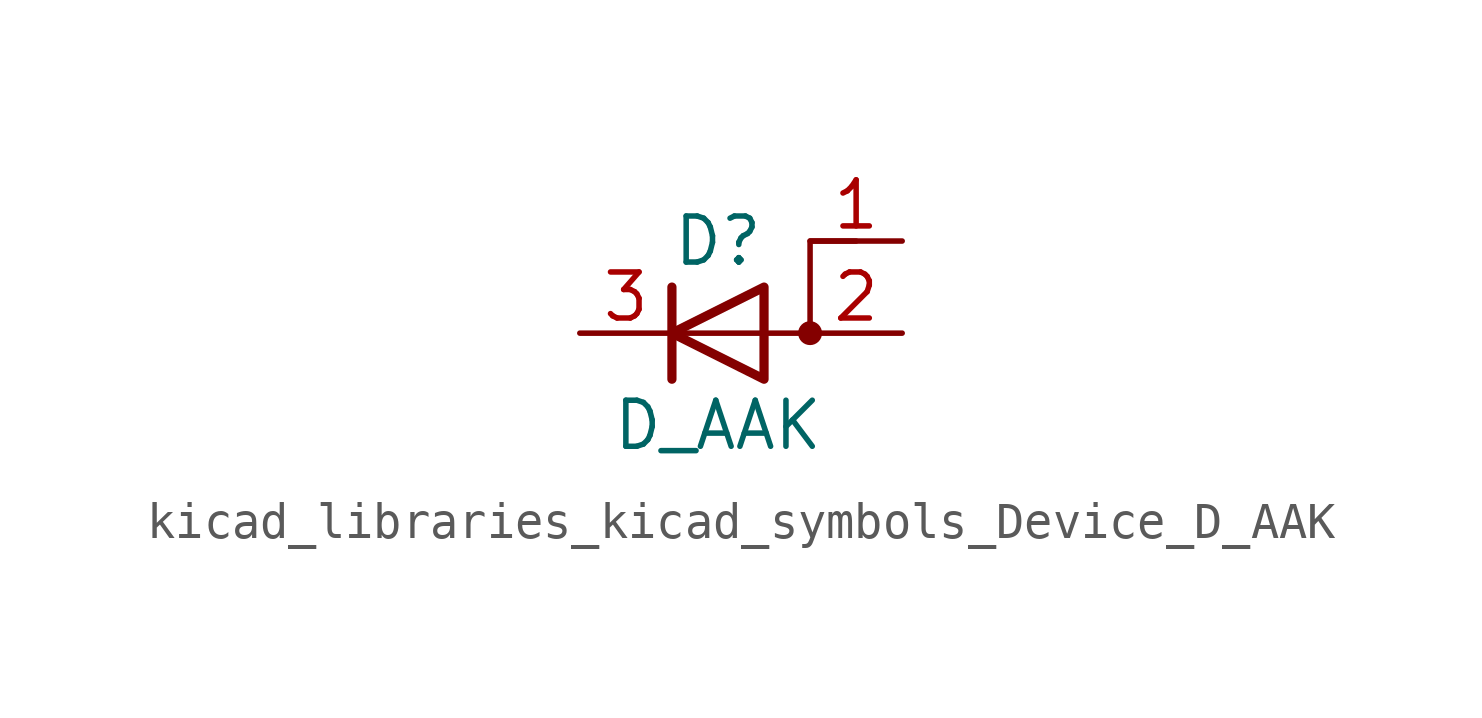
<source format=kicad_sym>
(kicad_symbol_lib
  (version 20220914)
  (generator kicad_symbol_editor)
  (symbol "kicad_libraries_kicad_symbols_Device_D_AAK"
    (pin_names
      (offset 0) hide)
    (property "Reference" "D"
      (at 0 2.54 0)
      (effects (font (size 1.27 1.27))))
    (property "Value" "D_AAK"
      (at 0 -2.54 0)
      (effects (font (size 1.27 1.27))))
    (symbol "kicad_libraries_kicad_symbols_Device_D_AAK_0_1"
      (polyline (pts (xy -1.27 1.27) (xy -1.27 -1.27)) (stroke (width 0.254) (type default)) (fill (type none)))
      (polyline (pts (xy 1.27 1.27) (xy 1.27 -1.27) (xy -1.27 0) (xy 1.27 1.27)) (stroke (width 0.254) (type default)) (fill (type none)))
      (polyline (pts (xy 3.81 2.54) (xy 2.54 2.54) (xy 2.54 0) (xy -1.27 0)) (stroke (width 0) (type default)) (fill (type none)))
      (circle (center 2.54 0) (radius 0.254) (stroke (width 0) (type default)) (fill (type outline))))
    (symbol "kicad_libraries_kicad_symbols_Device_D_AAK_1_1"
      (pin passive line (at 5.08 2.54 180) (length 2.54) (name "A" (effects (font (size 1.27 1.27)))) (number "1" (effects (font (size 1.27 1.27)))))
      (pin passive line (at 5.08 0 180) (length 2.54) (name "A" (effects (font (size 1.27 1.27)))) (number "2" (effects (font (size 1.27 1.27)))))
      (pin passive line (at -3.81 0 0) (length 2.54) (name "K" (effects (font (size 1.27 1.27)))) (number "3" (effects (font (size 1.27 1.27))))))))
</source>
